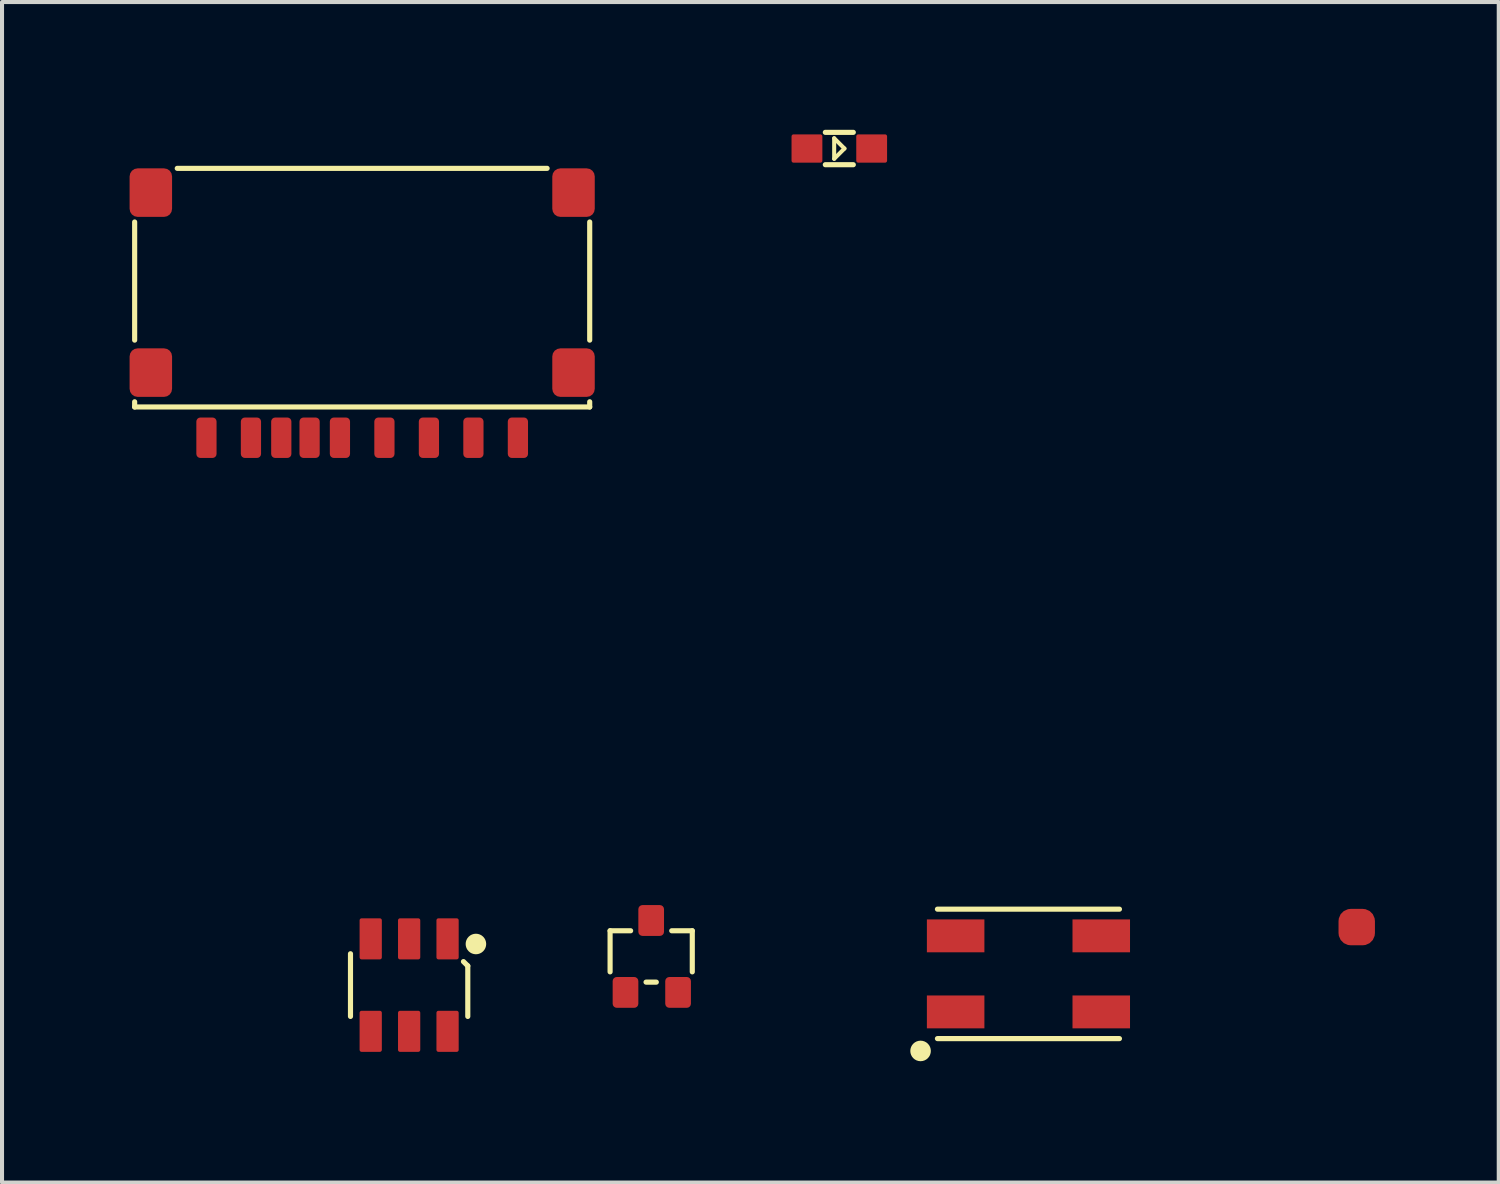
<source format=kicad_pcb>
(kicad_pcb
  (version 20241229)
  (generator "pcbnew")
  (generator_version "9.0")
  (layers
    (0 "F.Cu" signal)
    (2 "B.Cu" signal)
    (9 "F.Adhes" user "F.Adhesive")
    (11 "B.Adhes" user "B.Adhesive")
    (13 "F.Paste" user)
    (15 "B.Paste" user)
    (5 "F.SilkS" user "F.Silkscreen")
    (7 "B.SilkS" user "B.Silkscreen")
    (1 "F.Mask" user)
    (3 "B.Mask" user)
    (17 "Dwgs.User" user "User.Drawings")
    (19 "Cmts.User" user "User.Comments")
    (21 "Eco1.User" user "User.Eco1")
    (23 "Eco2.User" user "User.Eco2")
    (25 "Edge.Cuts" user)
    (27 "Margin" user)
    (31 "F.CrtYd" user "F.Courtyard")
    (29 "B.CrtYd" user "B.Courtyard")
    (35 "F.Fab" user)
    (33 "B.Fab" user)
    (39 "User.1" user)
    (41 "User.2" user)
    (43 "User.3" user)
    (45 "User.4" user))
  (footprint "SD-MICRO-ST-TF-MR267"
    (layer "F.Cu")
    (at 5.904 4.089)
    (property "Reference" "SD-MICRO-ST-TF-MR267" (at -0.635 1.691 0) (unlocked yes) (layer "Eco1.User") (effects (font (size 0.33 0.33) (thickness 0.02)) (justify left bottom)))
    (fp_line (start -5.625 -1.651) (end -5.625 1.27) (stroke (width 0.127) (type solid)) (layer "F.SilkS"))
    (fp_line (start -5.625 2.794) (end -5.625 2.923) (stroke (width 0.127) (type solid)) (layer "F.SilkS"))
    (fp_line (start -5.625 2.923) (end 5.625 2.923) (stroke (width 0.127) (type solid)) (layer "F.SilkS"))
    (fp_line (start -4.572 -2.977) (end 4.572 -2.977) (stroke (width 0.127) (type solid)) (layer "F.SilkS"))
    (fp_line (start 5.625 -1.651) (end 5.625 1.27) (stroke (width 0.127) (type solid)) (layer "F.SilkS"))
    (fp_line (start 5.625 2.794) (end 5.625 2.923) (stroke (width 0.127) (type solid)) (layer "F.SilkS"))
    (fp_line (start -5 -1.651) (end -5 12.173) (stroke (width 0.127) (type solid)) (layer "Eco1.User"))
    (fp_line (start -5 -1.651) (end 4.602 -1.651) (stroke (width 0.127) (type solid)) (layer "Eco1.User"))
    (fp_line (start -5 12.173) (end 6.3 12.173) (stroke (width 0.127) (type solid)) (layer "Eco1.User"))
    (fp_line (start 4.602 -1.651) (end 4.602 1.524) (stroke (width 0.127) (type solid)) (layer "Eco1.User"))
    (fp_line (start 4.602 1.524) (end 6.253 3.175) (stroke (width 0.127) (type solid)) (layer "Eco1.User"))
    (fp_line (start 5.618 5.08) (end 5.618 6.858) (stroke (width 0.127) (type solid)) (layer "Eco1.User"))
    (fp_line (start 5.618 5.08) (end 6.253 5.08) (stroke (width 0.127) (type solid)) (layer "Eco1.User"))
    (fp_line (start 5.618 6.858) (end 6.3 7.54) (stroke (width 0.127) (type solid)) (layer "Eco1.User"))
    (fp_line (start 6.253 3.175) (end 6.253 5.08) (stroke (width 0.127) (type solid)) (layer "Eco1.User"))
    (fp_line (start 6.3 7.54) (end 6.3 12.173) (stroke (width 0.127) (type solid)) (layer "Eco1.User"))
    (fp_poly (pts (xy -5.588 -2.921) (xy -5.588 2.921) (xy 5.588 2.921) (xy 5.588 -2.921)) (stroke (width 0.1) (type default)) (fill no) (layer "User.7"))
    (fp_text user "S2" (at -5.147 -2.885 90) (unlocked yes) (layer "Eco1.User") (effects (font (size 0.635 0.635) (thickness 0.041)) (justify left bottom)))
    (fp_text user "T3" (at 1.65 3.253 0) (unlocked yes) (layer "Eco1.User") (effects (font (size 0.635 0.635) (thickness 0.041)) (justify left bottom)))
    (fp_text user "ST-TF-MR267" (at -0.127 2.618 0) (unlocked yes) (layer "Eco1.User") (effects (font (size 0.635 0.635) (thickness 0.041)) (justify left bottom)))
    (fp_text user "T4" (at 0.55 3.253 0) (unlocked yes) (layer "Eco1.User") (effects (font (size 0.635 0.635) (thickness 0.041)) (justify left bottom)))
    (fp_text user "S3" (at 5.303 -2.885 90) (unlocked yes) (layer "Eco1.User") (effects (font (size 0.635 0.635) (thickness 0.041)) (justify left bottom)))
    (fp_text user "T8" (at -3.85 3.253 0) (unlocked yes) (layer "Eco1.User") (effects (font (size 0.635 0.635) (thickness 0.041)) (justify left bottom)))
    (fp_text user "G1" (at -2 3.253 0) (unlocked yes) (layer "Eco1.User") (effects (font (size 0.635 0.635) (thickness 0.041)) (justify left bottom)))
    (fp_text user "T7" (at -2.75 3.253 0) (unlocked yes) (layer "Eco1.User") (effects (font (size 0.635 0.635) (thickness 0.041)) (justify left bottom)))
    (fp_text user "T6" (at -1.3 3.253 0) (unlocked yes) (layer "Eco1.User") (effects (font (size 0.635 0.635) (thickness 0.041)) (justify left bottom)))
    (fp_text user "T2" (at 2.75 3.253 0) (unlocked yes) (layer "Eco1.User") (effects (font (size 0.635 0.635) (thickness 0.041)) (justify left bottom)))
    (fp_text user "S4" (at 5.303 1.565 90) (unlocked yes) (layer "Eco1.User") (effects (font (size 0.635 0.635) (thickness 0.041)) (justify left bottom)))
    (fp_text user "S1" (at -5.147 1.565 90) (unlocked yes) (layer "Eco1.User") (effects (font (size 0.635 0.635) (thickness 0.041)) (justify left bottom)))
    (fp_text user "T1" (at 3.85 3.253 0) (unlocked yes) (layer "Eco1.User") (effects (font (size 0.635 0.635) (thickness 0.041)) (justify left bottom)))
    (fp_text user "T5" (at -0.55 3.253 0) (unlocked yes) (layer "Eco1.User") (effects (font (size 0.635 0.635) (thickness 0.041)) (justify left bottom)))
    (pad "G1" smd roundrect (at -2 3.683) (size 0.5 1) (layers "F.Cu" "F.Mask" "F.Paste") (roundrect_rratio 0.2))
    (pad "S1" smd roundrect (at -5.225 2.073) (size 1.05 1.2) (layers "F.Cu" "F.Mask" "F.Paste") (roundrect_rratio 0.19))
    (pad "S2" smd roundrect (at -5.225 -2.377) (size 1.05 1.2) (layers "F.Cu" "F.Mask" "F.Paste") (roundrect_rratio 0.19))
    (pad "S3" smd roundrect (at 5.225 -2.377) (size 1.05 1.2) (layers "F.Cu" "F.Mask" "F.Paste") (roundrect_rratio 0.19))
    (pad "S4" smd roundrect (at 5.225 2.073) (size 1.05 1.2) (layers "F.Cu" "F.Mask" "F.Paste") (roundrect_rratio 0.19))
    (pad "T1" smd roundrect (at 3.85 3.683) (size 0.5 1) (layers "F.Cu" "F.Mask" "F.Paste") (roundrect_rratio 0.2))
    (pad "T2" smd roundrect (at 2.75 3.683) (size 0.5 1) (layers "F.Cu" "F.Mask" "F.Paste") (roundrect_rratio 0.2))
    (pad "T3" smd roundrect (at 1.65 3.683) (size 0.5 1) (layers "F.Cu" "F.Mask" "F.Paste") (roundrect_rratio 0.2))
    (pad "T4" smd roundrect (at 0.55 3.683) (size 0.5 1) (layers "F.Cu" "F.Mask" "F.Paste") (roundrect_rratio 0.2))
    (pad "T5" smd roundrect (at -0.55 3.683) (size 0.5 1) (layers "F.Cu" "F.Mask" "F.Paste") (roundrect_rratio 0.2))
    (pad "T6" smd roundrect (at -1.3 3.683) (size 0.5 1) (layers "F.Cu" "F.Mask" "F.Paste") (roundrect_rratio 0.2))
    (pad "T7" smd roundrect (at -2.75 3.683) (size 0.5 1) (layers "F.Cu" "F.Mask" "F.Paste") (roundrect_rratio 0.2))
    (pad "T8" smd roundrect (at -3.85 3.683) (size 0.5 1) (layers "F.Cu" "F.Mask" "F.Paste") (roundrect_rratio 0.2)))
  (footprint "SW_4P"
    (layer "F.Cu")
    (at 22.376 21.027)
    (property "Reference" "SW_4P" (at 0 -0.191 180) (unlocked yes) (layer "Eco1.User") (effects (font (size 0.33 0.33) (thickness 0.02)) (justify left bottom mirror)))
    (fp_line (start -2.25 -1.6) (end 2.25 -1.6) (stroke (width 0.127) (type solid)) (layer "F.SilkS"))
    (fp_line (start -2.25 1.6) (end 2.25 1.6) (stroke (width 0.127) (type solid)) (layer "F.SilkS"))
    (fp_circle (center -2.667 1.905) (end -2.794 1.905) (stroke (width 0.254) (type solid)) (fill no) (layer "F.SilkS"))
    (fp_line (start -2.54 -1.651) (end 2.54 -1.651) (stroke (width 0.025) (type solid)) (layer "Eco1.User"))
    (fp_line (start -2.54 1.651) (end -2.54 -1.651) (stroke (width 0.025) (type solid)) (layer "Eco1.User"))
    (fp_line (start -2.54 1.651) (end 2.54 1.651) (stroke (width 0.025) (type solid)) (layer "Eco1.User"))
    (fp_line (start 2.54 1.651) (end 2.54 -1.651) (stroke (width 0.025) (type solid)) (layer "Eco1.User"))
    (fp_circle (center -1.905 1.27) (end -2.159 1.27) (stroke (width 0.025) (type solid)) (fill no) (layer "Eco1.User"))
    (fp_poly (pts (xy -2.54 1.651) (xy -2.54 -1.651) (xy 2.54 -1.651) (xy 2.54 1.651)) (stroke (width 0.1) (type default)) (fill no) (layer "User.8"))
    (fp_text user "1" (at -1.8 0.51 180) (unlocked yes) (layer "Eco1.User") (effects (font (size 0.635 0.635) (thickness 0.041)) (justify left bottom mirror)))
    (fp_text user "4" (at 1.8 -1.37 180) (unlocked yes) (layer "Eco1.User") (effects (font (size 0.635 0.635) (thickness 0.041)) (justify left bottom mirror)))
    (fp_text user "2" (at -1.8 -1.37 180) (unlocked yes) (layer "Eco1.User") (effects (font (size 0.635 0.635) (thickness 0.041)) (justify left bottom mirror)))
    (fp_text user "3" (at 1.8 0.51 180) (unlocked yes) (layer "Eco1.User") (effects (font (size 0.635 0.635) (thickness 0.041)) (justify left bottom mirror)))
    (pad "1" smd rect (at -1.8 0.94 90) (size 0.813 1.422) (layers "F.Cu" "F.Mask" "F.Paste"))
    (pad "2" smd rect (at -1.8 -0.94 90) (size 0.813 1.422) (layers "F.Cu" "F.Mask" "F.Paste"))
    (pad "3" smd rect (at 1.8 0.94 90) (size 0.813 1.422) (layers "F.Cu" "F.Mask" "F.Paste"))
    (pad "4" smd rect (at 1.8 -0.94 90) (size 0.813 1.422) (layers "F.Cu" "F.Mask" "F.Paste")))
  (footprint "SOT23_6"
    (layer "F.Cu")
    (at 7.065 21.304)
    (property "Reference" "SOT23_6" (at -0.264 -0.206 0) (unlocked yes) (layer "Eco1.User") (effects (font (size 0.33 0.33) (thickness 0.02)) (justify left bottom mirror)))
    (fp_line (start -1.45 0.775) (end -1.45 -0.775) (stroke (width 0.127) (type solid)) (layer "F.SilkS"))
    (fp_line (start 1.45 -0.475) (end 1.343 -0.581) (stroke (width 0.127) (type solid)) (layer "F.SilkS"))
    (fp_line (start 1.45 0.775) (end 1.45 -0.475) (stroke (width 0.127) (type solid)) (layer "F.SilkS"))
    (fp_circle (center 1.651 -1.016) (end 1.651 -0.889) (stroke (width 0.254) (type solid)) (fill no) (layer "F.SilkS"))
    (fp_line (start -1.397 0.762) (end -1.397 -0.762) (stroke (width 0.025) (type solid)) (layer "Eco1.User"))
    (fp_line (start 1.397 -0.762) (end -1.397 -0.762) (stroke (width 0.025) (type solid)) (layer "Eco1.User"))
    (fp_line (start 1.397 0.762) (end -1.397 0.762) (stroke (width 0.025) (type solid)) (layer "Eco1.User"))
    (fp_line (start 1.397 0.762) (end 1.397 -0.762) (stroke (width 0.025) (type solid)) (layer "Eco1.User"))
    (fp_circle (center 1.143 -0.508) (end 1.143 -0.381) (stroke (width 0.254) (type solid)) (fill no) (layer "Eco1.User"))
    (fp_poly (pts (xy 1.397 -0.762) (xy 1.397 0.762) (xy -1.397 0.762) (xy -1.397 -0.762)) (stroke (width 0.1) (type default)) (fill no) (layer "User.8"))
    (fp_text user "2" (at -0.254 -1.221 0) (unlocked yes) (layer "Eco1.User") (effects (font (size 0.635 0.635) (thickness 0.041)) (justify left bottom mirror)))
    (fp_text user "5" (at -0.254 1.065 0) (unlocked yes) (layer "Eco1.User") (effects (font (size 0.635 0.635) (thickness 0.041)) (justify left bottom mirror)))
    (fp_text user "6" (at 0.696 1.065 0) (unlocked yes) (layer "Eco1.User") (effects (font (size 0.635 0.635) (thickness 0.041)) (justify left bottom mirror)))
    (fp_text user "1" (at 0.696 -1.221 0) (unlocked yes) (layer "Eco1.User") (effects (font (size 0.635 0.635) (thickness 0.041)) (justify left bottom mirror)))
    (fp_text user "4" (at -1.204 1.065 0) (unlocked yes) (layer "Eco1.User") (effects (font (size 0.635 0.635) (thickness 0.041)) (justify left bottom mirror)))
    (fp_text user "3" (at -1.204 -1.221 0) (unlocked yes) (layer "Eco1.User") (effects (font (size 0.635 0.635) (thickness 0.041)) (justify left bottom mirror)))
    (fp_text user "TPS22918DBVR" (at 0.127 -0.586 0) (unlocked yes) (layer "Eco1.User") (effects (font (size 0.635 0.635) (thickness 0.041)) (justify left bottom mirror)))
    (pad "1" smd roundrect (at 0.95 -1.143 180) (size 0.55 1.016) (layers "F.Cu" "F.Mask" "F.Paste") (roundrect_rratio 0.09))
    (pad "2" smd roundrect (at 0 -1.143 180) (size 0.55 1.016) (layers "F.Cu" "F.Mask" "F.Paste") (roundrect_rratio 0.09))
    (pad "3" smd roundrect (at -0.95 -1.143 180) (size 0.55 1.016) (layers "F.Cu" "F.Mask" "F.Paste") (roundrect_rratio 0.09))
    (pad "4" smd roundrect (at -0.95 1.143 180) (size 0.55 1.016) (layers "F.Cu" "F.Mask" "F.Paste") (roundrect_rratio 0.09))
    (pad "5" smd roundrect (at 0 1.143 180) (size 0.55 1.016) (layers "F.Cu" "F.Mask" "F.Paste") (roundrect_rratio 0.09))
    (pad "6" smd roundrect (at 0.95 1.143 180) (size 0.55 1.016) (layers "F.Cu" "F.Mask" "F.Paste") (roundrect_rratio 0.09)))
  (footprint "SOT323"
    (layer "F.Cu")
    (at 13.049 20.596)
    (property "Reference" "SOT323" (at 0 -0.059 180) (unlocked yes) (layer "Eco1.User") (effects (font (size 0.33 0.33) (thickness 0.02)) (justify left bottom mirror)))
    (fp_line (start -1.016 -0.635) (end -0.508 -0.635) (stroke (width 0.127) (type solid)) (layer "F.SilkS"))
    (fp_line (start -1.016 0.381) (end -1.016 -0.635) (stroke (width 0.127) (type solid)) (layer "F.SilkS"))
    (fp_line (start -0.127 0.635) (end 0.127 0.635) (stroke (width 0.127) (type solid)) (layer "F.SilkS"))
    (fp_line (start 0.508 -0.635) (end 1.016 -0.635) (stroke (width 0.127) (type solid)) (layer "F.SilkS"))
    (fp_line (start 1.016 0.381) (end 1.016 -0.635) (stroke (width 0.127) (type solid)) (layer "F.SilkS"))
    (fp_line (start -1.016 -0.635) (end 1.016 -0.635) (stroke (width 0.025) (type solid)) (layer "Eco1.User"))
    (fp_line (start -1.016 0.635) (end -1.016 -0.635) (stroke (width 0.025) (type solid)) (layer "Eco1.User"))
    (fp_line (start -1.016 0.635) (end 1.016 0.635) (stroke (width 0.025) (type solid)) (layer "Eco1.User"))
    (fp_line (start 1.016 0.635) (end 1.016 -0.635) (stroke (width 0.025) (type solid)) (layer "Eco1.User"))
    (fp_poly (pts (xy -1.016 0.635) (xy -1.016 -0.635) (xy 1.016 -0.635) (xy 1.016 0.635)) (stroke (width 0.1) (type default)) (fill no) (layer "User.8"))
    (fp_text user "3" (at 0 -1.065 180) (unlocked yes) (layer "Eco1.User") (effects (font (size 0.635 0.635) (thickness 0.041)) (justify left bottom mirror)))
    (fp_text user "2" (at 0.665 0.713 180) (unlocked yes) (layer "Eco1.User") (effects (font (size 0.635 0.635) (thickness 0.041)) (justify left bottom mirror)))
    (fp_text user "1" (at -0.635 0.713 180) (unlocked yes) (layer "Eco1.User") (effects (font (size 0.635 0.635) (thickness 0.041)) (justify left bottom mirror)))
    (fp_text user "CJ2101" (at -0.127 0.459 180) (unlocked yes) (layer "Eco1.User") (effects (font (size 0.635 0.635) (thickness 0.041)) (justify left bottom mirror)))
    (pad "1" smd roundrect (at -0.635 0.889) (size 0.635 0.762) (layers "F.Cu" "F.Mask" "F.Paste") (roundrect_rratio 0.16))
    (pad "2" smd roundrect (at 0.665 0.889) (size 0.635 0.762) (layers "F.Cu" "F.Mask" "F.Paste") (roundrect_rratio 0.16))
    (pad "3" smd roundrect (at 0 -0.889) (size 0.635 0.762) (layers "F.Cu" "F.Mask" "F.Paste") (roundrect_rratio 0.16)))
  (footprint "TP35S_SMD"
    (layer "F.Cu")
    (at 30.492 19.87)
    (property "Reference" "TP35S_SMD" (at 0.268 -0.153 0) (unlocked yes) (layer "Eco1.User") (effects (font (size 0.33 0.33) (thickness 0.02)) (justify left bottom mirror)))
    (fp_circle (center 0 0) (end 0 0.454) (stroke (width 0.025) (type solid)) (fill no) (layer "Eco1.User"))
    (fp_poly (pts (xy 0.461 0) (xy 0.426 0.176) (xy 0.326 0.326) (xy 0.176 0.426) (xy 0 0.461) (xy -0.176 0.426) (xy -0.226 0.392) (xy -0.326 0.326) (xy -0.426 0.176) (xy -0.461 0) (xy -0.426 -0.176) (xy -0.326 -0.326) (xy -0.226 -0.392) (xy -0.176 -0.426) (xy 0 -0.461) (xy 0.176 -0.426) (xy 0.326 -0.326) (xy 0.426 -0.176)) (stroke (width 0.1) (type default)) (fill no) (layer "User.8"))
    (fp_text user "1" (at -0.044 -0.1 0) (unlocked yes) (layer "Eco1.User") (effects (font (size 0.08 0.08) (thickness 0.004)) (justify left bottom mirror)))
    (pad "1" smd roundrect (at 0 0 180) (size 0.9 0.9) (layers "F.Cu" "F.Mask" "F.Paste") (roundrect_rratio 0.335)))
  (footprint "SOD_523"
    (layer "F.Cu")
    (at 17.7 0.622)
    (property "Reference" "SOD_523" (at 0.117 -0.231 0) (unlocked yes) (layer "Eco1.User") (effects (font (size 0.33 0.33) (thickness 0.02)) (justify left bottom mirror)))
    (fp_line (start 0.346 -0.4) (end -0.346 -0.4) (stroke (width 0.127) (type solid)) (layer "F.SilkS"))
    (fp_line (start 0.346 0.4) (end -0.346 0.4) (stroke (width 0.127) (type solid)) (layer "F.SilkS"))
    (fp_poly (pts (xy -0.127 -0.254) (xy -0.127 0.254) (xy 0.127 0)) (stroke (width 0.1) (type dash)) (fill no) (layer "F.SilkS"))
    (fp_line (start -0.635 0.381) (end -0.635 -0.381) (stroke (width 0.025) (type solid)) (layer "Eco1.User"))
    (fp_line (start 0.635 -0.381) (end -0.635 -0.381) (stroke (width 0.025) (type solid)) (layer "Eco1.User"))
    (fp_line (start 0.635 0.381) (end -0.635 0.381) (stroke (width 0.025) (type solid)) (layer "Eco1.User"))
    (fp_line (start 0.635 0.381) (end 0.635 -0.381) (stroke (width 0.025) (type solid)) (layer "Eco1.User"))
    (fp_poly (pts (xy -0.635 0.381) (xy -0.635 -0.381) (xy 0.635 -0.381) (xy 0.635 0.381)) (stroke (width 0.1) (type default)) (fill no) (layer "User.8"))
    (fp_text user "2" (at 0.84 0 270) (unlocked yes) (layer "Eco1.User") (effects (font (size 0.635 0.635) (thickness 0.041)) (justify left bottom mirror)))
    (fp_text user "1" (at -0.811 0 270) (unlocked yes) (layer "Eco1.User") (effects (font (size 0.635 0.635) (thickness 0.041)) (justify left bottom mirror)))
    (fp_text user "LRB520S-30T1G" (at -0.127 0.332 180) (unlocked yes) (layer "Eco1.User") (effects (font (size 0.635 0.635) (thickness 0.041)) (justify left bottom mirror)))
    (pad "1" smd roundrect (at -0.8 0 90) (size 0.7 0.762) (layers "F.Cu" "F.Mask" "F.Paste") (roundrect_rratio 0.07))
    (pad "2" smd roundrect (at 0.8 0 90) (size 0.7 0.762) (layers "F.Cu" "F.Mask" "F.Paste") (roundrect_rratio 0.07)))
  (gr_rect
    (start -3 -3)
    (end 34.003 26.186)
    (stroke (width 0.1) (type default))
    (fill no)
    (layer "Edge.Cuts")))
</source>
